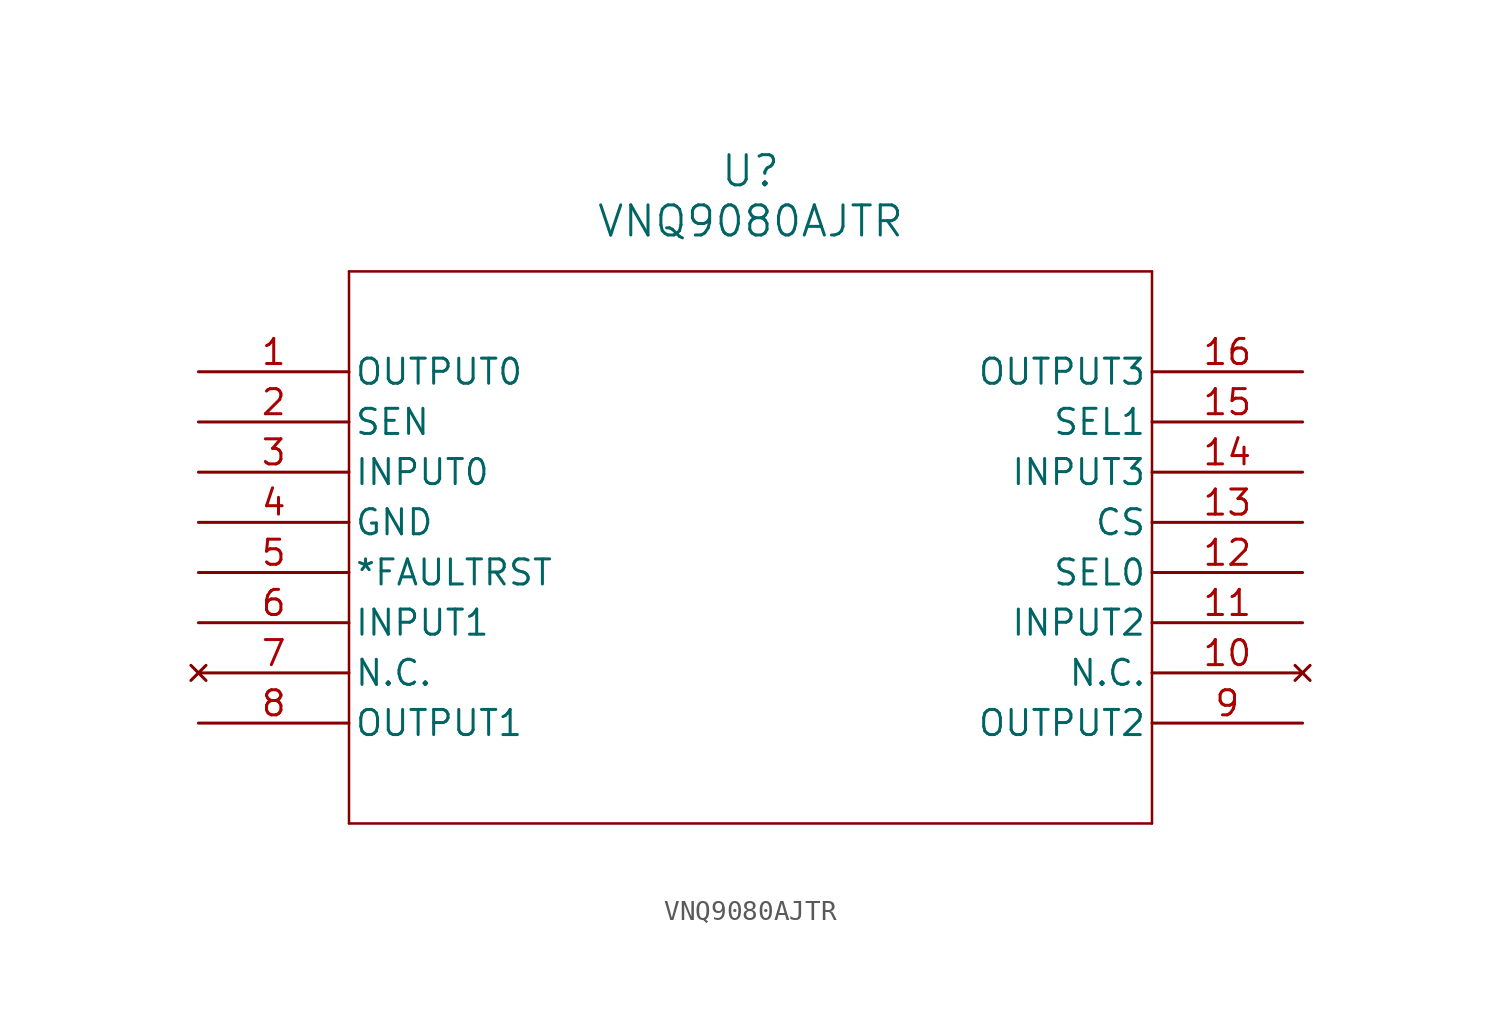
<source format=kicad_sym>
(kicad_symbol_lib
  (version 20231120)
  (generator "kicad_symbol_editor")
  (generator_version "8.0")
  (symbol "VNQ9080AJTR"
    (pin_names
      (offset 0.254))
    (property "Reference" "U"
      (at 0 19.05 0)
      (effects (font (size 1.524 1.524))))
    (property "Value" "VNQ9080AJTR"
      (at 0 16.51 0)
      (effects (font (size 1.524 1.524))))
    (symbol "VNQ9080AJTR_0_1"
      (polyline (pts (xy -20.32 -13.97) (xy 20.32 -13.97)) (stroke (width 0.127) (type default)) (fill (type none)))
      (polyline (pts (xy -20.32 13.97) (xy -20.32 -13.97)) (stroke (width 0.127) (type default)) (fill (type none)))
      (polyline (pts (xy 20.32 -13.97) (xy 20.32 13.97)) (stroke (width 0.127) (type default)) (fill (type none)))
      (polyline (pts (xy 20.32 13.97) (xy -20.32 13.97)) (stroke (width 0.127) (type default)) (fill (type none)))
      (pin output line (at -27.94 8.89 0) (length 7.62) (name "OUTPUT0" (effects (font (size 1.27 1.27)))) (number "1" (effects (font (size 1.27 1.27)))))
      (pin no_connect line (at 27.94 -6.35 180) (length 7.62) (name "N.C." (effects (font (size 1.27 1.27)))) (number "10" (effects (font (size 1.27 1.27)))))
      (pin input line (at 27.94 -3.81 180) (length 7.62) (name "INPUT2" (effects (font (size 1.27 1.27)))) (number "11" (effects (font (size 1.27 1.27)))))
      (pin bidirectional line (at 27.94 -1.27 180) (length 7.62) (name "SEL0" (effects (font (size 1.27 1.27)))) (number "12" (effects (font (size 1.27 1.27)))))
      (pin unspecified line (at 27.94 1.27 180) (length 7.62) (name "CS" (effects (font (size 1.27 1.27)))) (number "13" (effects (font (size 1.27 1.27)))))
      (pin input line (at 27.94 3.81 180) (length 7.62) (name "INPUT3" (effects (font (size 1.27 1.27)))) (number "14" (effects (font (size 1.27 1.27)))))
      (pin bidirectional line (at 27.94 6.35 180) (length 7.62) (name "SEL1" (effects (font (size 1.27 1.27)))) (number "15" (effects (font (size 1.27 1.27)))))
      (pin output line (at 27.94 8.89 180) (length 7.62) (name "OUTPUT3" (effects (font (size 1.27 1.27)))) (number "16" (effects (font (size 1.27 1.27)))))
      (pin unspecified line (at -27.94 6.35 0) (length 7.62) (name "SEN" (effects (font (size 1.27 1.27)))) (number "2" (effects (font (size 1.27 1.27)))))
      (pin input line (at -27.94 3.81 0) (length 7.62) (name "INPUT0" (effects (font (size 1.27 1.27)))) (number "3" (effects (font (size 1.27 1.27)))))
      (pin power_out line (at -27.94 1.27 0) (length 7.62) (name "GND" (effects (font (size 1.27 1.27)))) (number "4" (effects (font (size 1.27 1.27)))))
      (pin unspecified line (at -27.94 -1.27 0) (length 7.62) (name "*FAULTRST" (effects (font (size 1.27 1.27)))) (number "5" (effects (font (size 1.27 1.27)))))
      (pin input line (at -27.94 -3.81 0) (length 7.62) (name "INPUT1" (effects (font (size 1.27 1.27)))) (number "6" (effects (font (size 1.27 1.27)))))
      (pin no_connect line (at -27.94 -6.35 0) (length 7.62) (name "N.C." (effects (font (size 1.27 1.27)))) (number "7" (effects (font (size 1.27 1.27)))))
      (pin output line (at -27.94 -8.89 0) (length 7.62) (name "OUTPUT1" (effects (font (size 1.27 1.27)))) (number "8" (effects (font (size 1.27 1.27)))))
      (pin output line (at 27.94 -8.89 180) (length 7.62) (name "OUTPUT2" (effects (font (size 1.27 1.27)))) (number "9" (effects (font (size 1.27 1.27))))))))
</source>
